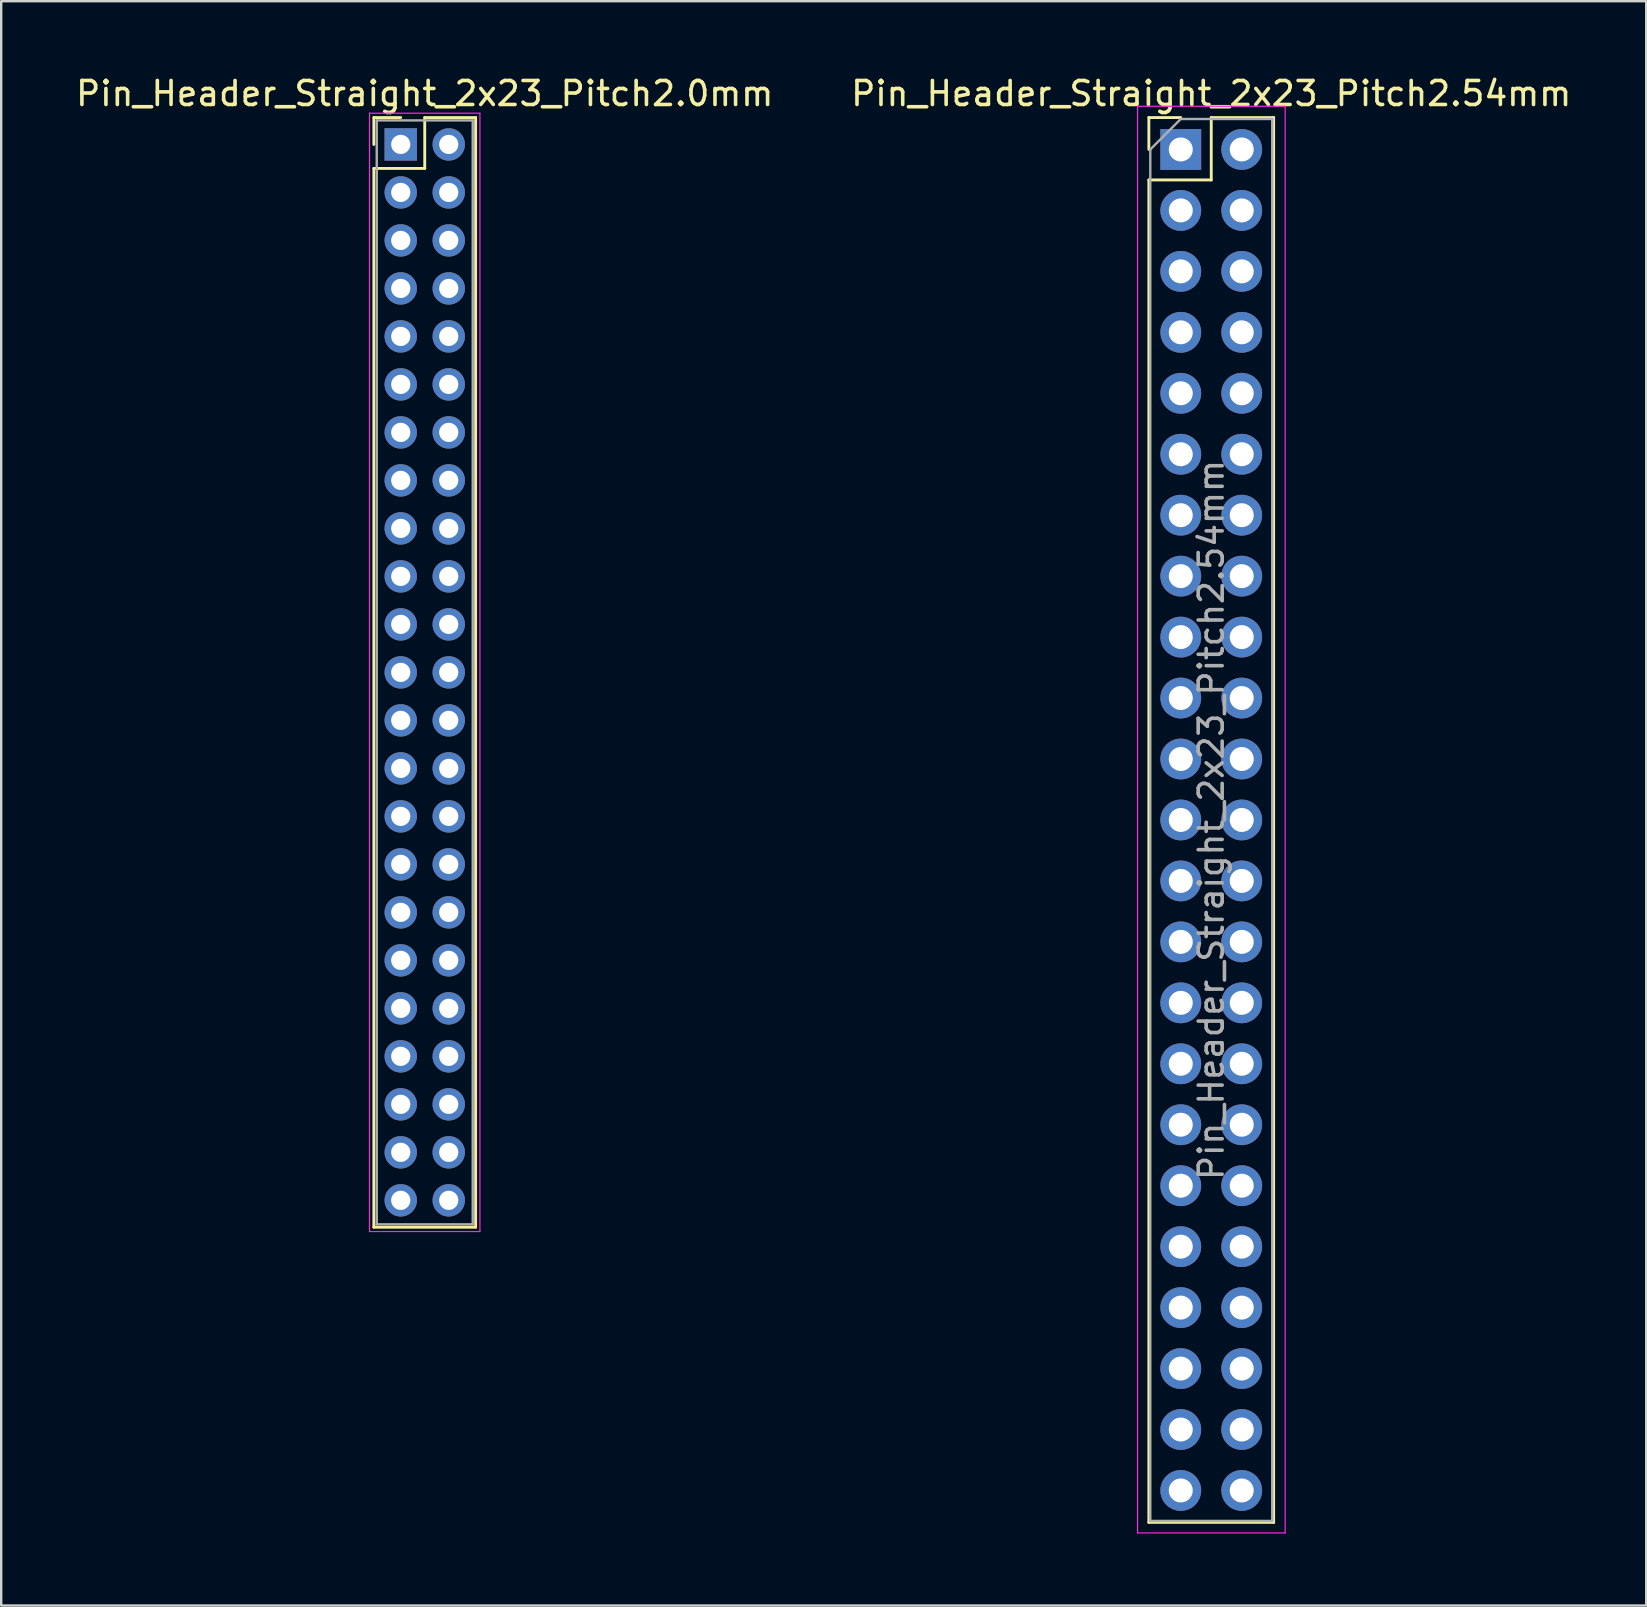
<source format=kicad_pcb>
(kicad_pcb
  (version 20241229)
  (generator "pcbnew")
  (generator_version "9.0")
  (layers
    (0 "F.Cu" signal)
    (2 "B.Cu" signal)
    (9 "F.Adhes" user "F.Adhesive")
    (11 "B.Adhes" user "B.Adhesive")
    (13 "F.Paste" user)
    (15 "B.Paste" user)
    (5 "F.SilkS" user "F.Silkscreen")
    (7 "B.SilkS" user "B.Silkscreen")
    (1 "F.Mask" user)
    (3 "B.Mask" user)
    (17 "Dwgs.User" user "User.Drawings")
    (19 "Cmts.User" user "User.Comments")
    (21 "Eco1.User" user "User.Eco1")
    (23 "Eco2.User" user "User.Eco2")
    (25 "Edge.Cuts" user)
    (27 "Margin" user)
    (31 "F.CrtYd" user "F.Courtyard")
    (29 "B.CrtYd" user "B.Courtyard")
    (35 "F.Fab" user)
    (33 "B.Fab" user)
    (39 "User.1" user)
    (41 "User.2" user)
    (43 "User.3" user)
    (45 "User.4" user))
  (footprint "Pin_Header_Straight_2x23_Pitch2.54mm"
    (layer "F.Cu")
    (at 46.153 3.178)
    (property "Reference" "Pin_Header_Straight_2x23_Pitch2.54mm" (at 1.27 -2.33 0) (layer "F.SilkS") (effects (font (size 1 1) (thickness 0.15))))
    (attr through_hole)
    (fp_line (start -1.33 -1.33) (end 0 -1.33) (stroke (width 0.12) (type solid)) (layer "F.SilkS"))
    (fp_line (start -1.33 0) (end -1.33 -1.33) (stroke (width 0.12) (type solid)) (layer "F.SilkS"))
    (fp_line (start -1.33 1.27) (end -1.33 57.21) (stroke (width 0.12) (type solid)) (layer "F.SilkS"))
    (fp_line (start -1.33 57.21) (end 3.87 57.21) (stroke (width 0.12) (type solid)) (layer "F.SilkS"))
    (fp_line (start 1.27 -1.33) (end 1.27 1.27) (stroke (width 0.12) (type solid)) (layer "F.SilkS"))
    (fp_line (start 1.27 1.27) (end -1.33 1.27) (stroke (width 0.12) (type solid)) (layer "F.SilkS"))
    (fp_line (start 3.87 -1.33) (end 1.27 -1.33) (stroke (width 0.12) (type solid)) (layer "F.SilkS"))
    (fp_line (start 3.87 57.21) (end 3.87 -1.33) (stroke (width 0.12) (type solid)) (layer "F.SilkS"))
    (fp_line (start -1.8 -1.8) (end -1.8 57.65) (stroke (width 0.05) (type solid)) (layer "F.CrtYd"))
    (fp_line (start -1.8 57.65) (end 4.35 57.65) (stroke (width 0.05) (type solid)) (layer "F.CrtYd"))
    (fp_line (start 4.35 -1.8) (end -1.8 -1.8) (stroke (width 0.05) (type solid)) (layer "F.CrtYd"))
    (fp_line (start 4.35 57.65) (end 4.35 -1.8) (stroke (width 0.05) (type solid)) (layer "F.CrtYd"))
    (fp_line (start -1.27 0) (end 0 -1.27) (stroke (width 0.1) (type solid)) (layer "F.Fab"))
    (fp_line (start -1.27 57.15) (end -1.27 0) (stroke (width 0.1) (type solid)) (layer "F.Fab"))
    (fp_line (start 0 -1.27) (end 3.81 -1.27) (stroke (width 0.1) (type solid)) (layer "F.Fab"))
    (fp_line (start 3.81 -1.27) (end 3.81 57.15) (stroke (width 0.1) (type solid)) (layer "F.Fab"))
    (fp_line (start 3.81 57.15) (end -1.27 57.15) (stroke (width 0.1) (type solid)) (layer "F.Fab"))
    (fp_text user "${REFERENCE}" (at 1.27 27.94 90) (layer "F.Fab") (effects (font (size 1 1) (thickness 0.15))))
    (pad "1" thru_hole rect (at 0 0) (size 1.7 1.7) (drill 1) (layers "*.Cu" "*.Mask"))
    (pad "2" thru_hole oval (at 2.54 0) (size 1.7 1.7) (drill 1) (layers "*.Cu" "*.Mask"))
    (pad "3" thru_hole oval (at 0 2.54) (size 1.7 1.7) (drill 1) (layers "*.Cu" "*.Mask"))
    (pad "4" thru_hole oval (at 2.54 2.54) (size 1.7 1.7) (drill 1) (layers "*.Cu" "*.Mask"))
    (pad "5" thru_hole oval (at 0 5.08) (size 1.7 1.7) (drill 1) (layers "*.Cu" "*.Mask"))
    (pad "6" thru_hole oval (at 2.54 5.08) (size 1.7 1.7) (drill 1) (layers "*.Cu" "*.Mask"))
    (pad "7" thru_hole oval (at 0 7.62) (size 1.7 1.7) (drill 1) (layers "*.Cu" "*.Mask"))
    (pad "8" thru_hole oval (at 2.54 7.62) (size 1.7 1.7) (drill 1) (layers "*.Cu" "*.Mask"))
    (pad "9" thru_hole oval (at 0 10.16) (size 1.7 1.7) (drill 1) (layers "*.Cu" "*.Mask"))
    (pad "10" thru_hole oval (at 2.54 10.16) (size 1.7 1.7) (drill 1) (layers "*.Cu" "*.Mask"))
    (pad "11" thru_hole oval (at 0 12.7) (size 1.7 1.7) (drill 1) (layers "*.Cu" "*.Mask"))
    (pad "12" thru_hole oval (at 2.54 12.7) (size 1.7 1.7) (drill 1) (layers "*.Cu" "*.Mask"))
    (pad "13" thru_hole oval (at 0 15.24) (size 1.7 1.7) (drill 1) (layers "*.Cu" "*.Mask"))
    (pad "14" thru_hole oval (at 2.54 15.24) (size 1.7 1.7) (drill 1) (layers "*.Cu" "*.Mask"))
    (pad "15" thru_hole oval (at 0 17.78) (size 1.7 1.7) (drill 1) (layers "*.Cu" "*.Mask"))
    (pad "16" thru_hole oval (at 2.54 17.78) (size 1.7 1.7) (drill 1) (layers "*.Cu" "*.Mask"))
    (pad "17" thru_hole oval (at 0 20.32) (size 1.7 1.7) (drill 1) (layers "*.Cu" "*.Mask"))
    (pad "18" thru_hole oval (at 2.54 20.32) (size 1.7 1.7) (drill 1) (layers "*.Cu" "*.Mask"))
    (pad "19" thru_hole oval (at 0 22.86) (size 1.7 1.7) (drill 1) (layers "*.Cu" "*.Mask"))
    (pad "20" thru_hole oval (at 2.54 22.86) (size 1.7 1.7) (drill 1) (layers "*.Cu" "*.Mask"))
    (pad "21" thru_hole oval (at 0 25.4) (size 1.7 1.7) (drill 1) (layers "*.Cu" "*.Mask"))
    (pad "22" thru_hole oval (at 2.54 25.4) (size 1.7 1.7) (drill 1) (layers "*.Cu" "*.Mask"))
    (pad "23" thru_hole oval (at 0 27.94) (size 1.7 1.7) (drill 1) (layers "*.Cu" "*.Mask"))
    (pad "24" thru_hole oval (at 2.54 27.94) (size 1.7 1.7) (drill 1) (layers "*.Cu" "*.Mask"))
    (pad "25" thru_hole oval (at 0 30.48) (size 1.7 1.7) (drill 1) (layers "*.Cu" "*.Mask"))
    (pad "26" thru_hole oval (at 2.54 30.48) (size 1.7 1.7) (drill 1) (layers "*.Cu" "*.Mask"))
    (pad "27" thru_hole oval (at 0 33.02) (size 1.7 1.7) (drill 1) (layers "*.Cu" "*.Mask"))
    (pad "28" thru_hole oval (at 2.54 33.02) (size 1.7 1.7) (drill 1) (layers "*.Cu" "*.Mask"))
    (pad "29" thru_hole oval (at 0 35.56) (size 1.7 1.7) (drill 1) (layers "*.Cu" "*.Mask"))
    (pad "30" thru_hole oval (at 2.54 35.56) (size 1.7 1.7) (drill 1) (layers "*.Cu" "*.Mask"))
    (pad "31" thru_hole oval (at 0 38.1) (size 1.7 1.7) (drill 1) (layers "*.Cu" "*.Mask"))
    (pad "32" thru_hole oval (at 2.54 38.1) (size 1.7 1.7) (drill 1) (layers "*.Cu" "*.Mask"))
    (pad "33" thru_hole oval (at 0 40.64) (size 1.7 1.7) (drill 1) (layers "*.Cu" "*.Mask"))
    (pad "34" thru_hole oval (at 2.54 40.64) (size 1.7 1.7) (drill 1) (layers "*.Cu" "*.Mask"))
    (pad "35" thru_hole oval (at 0 43.18) (size 1.7 1.7) (drill 1) (layers "*.Cu" "*.Mask"))
    (pad "36" thru_hole oval (at 2.54 43.18) (size 1.7 1.7) (drill 1) (layers "*.Cu" "*.Mask"))
    (pad "37" thru_hole oval (at 0 45.72) (size 1.7 1.7) (drill 1) (layers "*.Cu" "*.Mask"))
    (pad "38" thru_hole oval (at 2.54 45.72) (size 1.7 1.7) (drill 1) (layers "*.Cu" "*.Mask"))
    (pad "39" thru_hole oval (at 0 48.26) (size 1.7 1.7) (drill 1) (layers "*.Cu" "*.Mask"))
    (pad "40" thru_hole oval (at 2.54 48.26) (size 1.7 1.7) (drill 1) (layers "*.Cu" "*.Mask"))
    (pad "41" thru_hole oval (at 0 50.8) (size 1.7 1.7) (drill 1) (layers "*.Cu" "*.Mask"))
    (pad "42" thru_hole oval (at 2.54 50.8) (size 1.7 1.7) (drill 1) (layers "*.Cu" "*.Mask"))
    (pad "43" thru_hole oval (at 0 53.34) (size 1.7 1.7) (drill 1) (layers "*.Cu" "*.Mask"))
    (pad "44" thru_hole oval (at 2.54 53.34) (size 1.7 1.7) (drill 1) (layers "*.Cu" "*.Mask"))
    (pad "45" thru_hole oval (at 0 55.88) (size 1.7 1.7) (drill 1) (layers "*.Cu" "*.Mask"))
    (pad "46" thru_hole oval (at 2.54 55.88) (size 1.7 1.7) (drill 1) (layers "*.Cu" "*.Mask")))
  (footprint "Pin_Header_Straight_2x23_Pitch2.0mm"
    (layer "F.Cu")
    (at 13.649 2.968)
    (property "Reference" "Pin_Header_Straight_2x23_Pitch2.0mm" (at 1 -2.12 0) (layer "F.SilkS") (effects (font (size 1 1) (thickness 0.15))))
    (attr through_hole)
    (fp_line (start -1.12 -1.12) (end 0 -1.12) (stroke (width 0.12) (type solid)) (layer "F.SilkS"))
    (fp_line (start -1.12 0) (end -1.12 -1.12) (stroke (width 0.12) (type solid)) (layer "F.SilkS"))
    (fp_line (start -1.12 1) (end -1.12 45.12) (stroke (width 0.12) (type solid)) (layer "F.SilkS"))
    (fp_line (start -1.12 45.12) (end 3.12 45.12) (stroke (width 0.12) (type solid)) (layer "F.SilkS"))
    (fp_line (start 1 -1.12) (end 1 1) (stroke (width 0.12) (type solid)) (layer "F.SilkS"))
    (fp_line (start 1 1) (end -1.12 1) (stroke (width 0.12) (type solid)) (layer "F.SilkS"))
    (fp_line (start 3.12 -1.12) (end 1 -1.12) (stroke (width 0.12) (type solid)) (layer "F.SilkS"))
    (fp_line (start 3.12 45.12) (end 3.12 -1.12) (stroke (width 0.12) (type solid)) (layer "F.SilkS"))
    (fp_line (start -1.3 -1.3) (end -1.3 45.3) (stroke (width 0.05) (type solid)) (layer "F.CrtYd"))
    (fp_line (start -1.3 45.3) (end 3.3 45.3) (stroke (width 0.05) (type solid)) (layer "F.CrtYd"))
    (fp_line (start 3.3 -1.3) (end -1.3 -1.3) (stroke (width 0.05) (type solid)) (layer "F.CrtYd"))
    (fp_line (start 3.3 45.3) (end 3.3 -1.3) (stroke (width 0.05) (type solid)) (layer "F.CrtYd"))
    (fp_line (start -1 -1) (end -1 45) (stroke (width 0.1) (type solid)) (layer "F.Fab"))
    (fp_line (start -1 45) (end 3 45) (stroke (width 0.1) (type solid)) (layer "F.Fab"))
    (fp_line (start 3 -1) (end -1 -1) (stroke (width 0.1) (type solid)) (layer "F.Fab"))
    (fp_line (start 3 45) (end 3 -1) (stroke (width 0.1) (type solid)) (layer "F.Fab"))
    (pad "1" thru_hole rect (at 0 0) (size 1.35 1.35) (drill 0.8) (layers "*.Cu" "*.Mask"))
    (pad "2" thru_hole oval (at 2 0) (size 1.35 1.35) (drill 0.8) (layers "*.Cu" "*.Mask"))
    (pad "3" thru_hole oval (at 0 2) (size 1.35 1.35) (drill 0.8) (layers "*.Cu" "*.Mask"))
    (pad "4" thru_hole oval (at 2 2) (size 1.35 1.35) (drill 0.8) (layers "*.Cu" "*.Mask"))
    (pad "5" thru_hole oval (at 0 4) (size 1.35 1.35) (drill 0.8) (layers "*.Cu" "*.Mask"))
    (pad "6" thru_hole oval (at 2 4) (size 1.35 1.35) (drill 0.8) (layers "*.Cu" "*.Mask"))
    (pad "7" thru_hole oval (at 0 6) (size 1.35 1.35) (drill 0.8) (layers "*.Cu" "*.Mask"))
    (pad "8" thru_hole oval (at 2 6) (size 1.35 1.35) (drill 0.8) (layers "*.Cu" "*.Mask"))
    (pad "9" thru_hole oval (at 0 8) (size 1.35 1.35) (drill 0.8) (layers "*.Cu" "*.Mask"))
    (pad "10" thru_hole oval (at 2 8) (size 1.35 1.35) (drill 0.8) (layers "*.Cu" "*.Mask"))
    (pad "11" thru_hole oval (at 0 10) (size 1.35 1.35) (drill 0.8) (layers "*.Cu" "*.Mask"))
    (pad "12" thru_hole oval (at 2 10) (size 1.35 1.35) (drill 0.8) (layers "*.Cu" "*.Mask"))
    (pad "13" thru_hole oval (at 0 12) (size 1.35 1.35) (drill 0.8) (layers "*.Cu" "*.Mask"))
    (pad "14" thru_hole oval (at 2 12) (size 1.35 1.35) (drill 0.8) (layers "*.Cu" "*.Mask"))
    (pad "15" thru_hole oval (at 0 14) (size 1.35 1.35) (drill 0.8) (layers "*.Cu" "*.Mask"))
    (pad "16" thru_hole oval (at 2 14) (size 1.35 1.35) (drill 0.8) (layers "*.Cu" "*.Mask"))
    (pad "17" thru_hole oval (at 0 16) (size 1.35 1.35) (drill 0.8) (layers "*.Cu" "*.Mask"))
    (pad "18" thru_hole oval (at 2 16) (size 1.35 1.35) (drill 0.8) (layers "*.Cu" "*.Mask"))
    (pad "19" thru_hole oval (at 0 18) (size 1.35 1.35) (drill 0.8) (layers "*.Cu" "*.Mask"))
    (pad "20" thru_hole oval (at 2 18) (size 1.35 1.35) (drill 0.8) (layers "*.Cu" "*.Mask"))
    (pad "21" thru_hole oval (at 0 20) (size 1.35 1.35) (drill 0.8) (layers "*.Cu" "*.Mask"))
    (pad "22" thru_hole oval (at 2 20) (size 1.35 1.35) (drill 0.8) (layers "*.Cu" "*.Mask"))
    (pad "23" thru_hole oval (at 0 22) (size 1.35 1.35) (drill 0.8) (layers "*.Cu" "*.Mask"))
    (pad "24" thru_hole oval (at 2 22) (size 1.35 1.35) (drill 0.8) (layers "*.Cu" "*.Mask"))
    (pad "25" thru_hole oval (at 0 24) (size 1.35 1.35) (drill 0.8) (layers "*.Cu" "*.Mask"))
    (pad "26" thru_hole oval (at 2 24) (size 1.35 1.35) (drill 0.8) (layers "*.Cu" "*.Mask"))
    (pad "27" thru_hole oval (at 0 26) (size 1.35 1.35) (drill 0.8) (layers "*.Cu" "*.Mask"))
    (pad "28" thru_hole oval (at 2 26) (size 1.35 1.35) (drill 0.8) (layers "*.Cu" "*.Mask"))
    (pad "29" thru_hole oval (at 0 28) (size 1.35 1.35) (drill 0.8) (layers "*.Cu" "*.Mask"))
    (pad "30" thru_hole oval (at 2 28) (size 1.35 1.35) (drill 0.8) (layers "*.Cu" "*.Mask"))
    (pad "31" thru_hole oval (at 0 30) (size 1.35 1.35) (drill 0.8) (layers "*.Cu" "*.Mask"))
    (pad "32" thru_hole oval (at 2 30) (size 1.35 1.35) (drill 0.8) (layers "*.Cu" "*.Mask"))
    (pad "33" thru_hole oval (at 0 32) (size 1.35 1.35) (drill 0.8) (layers "*.Cu" "*.Mask"))
    (pad "34" thru_hole oval (at 2 32) (size 1.35 1.35) (drill 0.8) (layers "*.Cu" "*.Mask"))
    (pad "35" thru_hole oval (at 0 34) (size 1.35 1.35) (drill 0.8) (layers "*.Cu" "*.Mask"))
    (pad "36" thru_hole oval (at 2 34) (size 1.35 1.35) (drill 0.8) (layers "*.Cu" "*.Mask"))
    (pad "37" thru_hole oval (at 0 36) (size 1.35 1.35) (drill 0.8) (layers "*.Cu" "*.Mask"))
    (pad "38" thru_hole oval (at 2 36) (size 1.35 1.35) (drill 0.8) (layers "*.Cu" "*.Mask"))
    (pad "39" thru_hole oval (at 0 38) (size 1.35 1.35) (drill 0.8) (layers "*.Cu" "*.Mask"))
    (pad "40" thru_hole oval (at 2 38) (size 1.35 1.35) (drill 0.8) (layers "*.Cu" "*.Mask"))
    (pad "41" thru_hole oval (at 0 40) (size 1.35 1.35) (drill 0.8) (layers "*.Cu" "*.Mask"))
    (pad "42" thru_hole oval (at 2 40) (size 1.35 1.35) (drill 0.8) (layers "*.Cu" "*.Mask"))
    (pad "43" thru_hole oval (at 0 42) (size 1.35 1.35) (drill 0.8) (layers "*.Cu" "*.Mask"))
    (pad "44" thru_hole oval (at 2 42) (size 1.35 1.35) (drill 0.8) (layers "*.Cu" "*.Mask"))
    (pad "45" thru_hole oval (at 0 44) (size 1.35 1.35) (drill 0.8) (layers "*.Cu" "*.Mask"))
    (pad "46" thru_hole oval (at 2 44) (size 1.35 1.35) (drill 0.8) (layers "*.Cu" "*.Mask")))
  (gr_rect
    (start -3 -3)
    (end 65.548 63.853)
    (stroke (width 0.1) (type default))
    (fill no)
    (layer "Edge.Cuts")))
</source>
